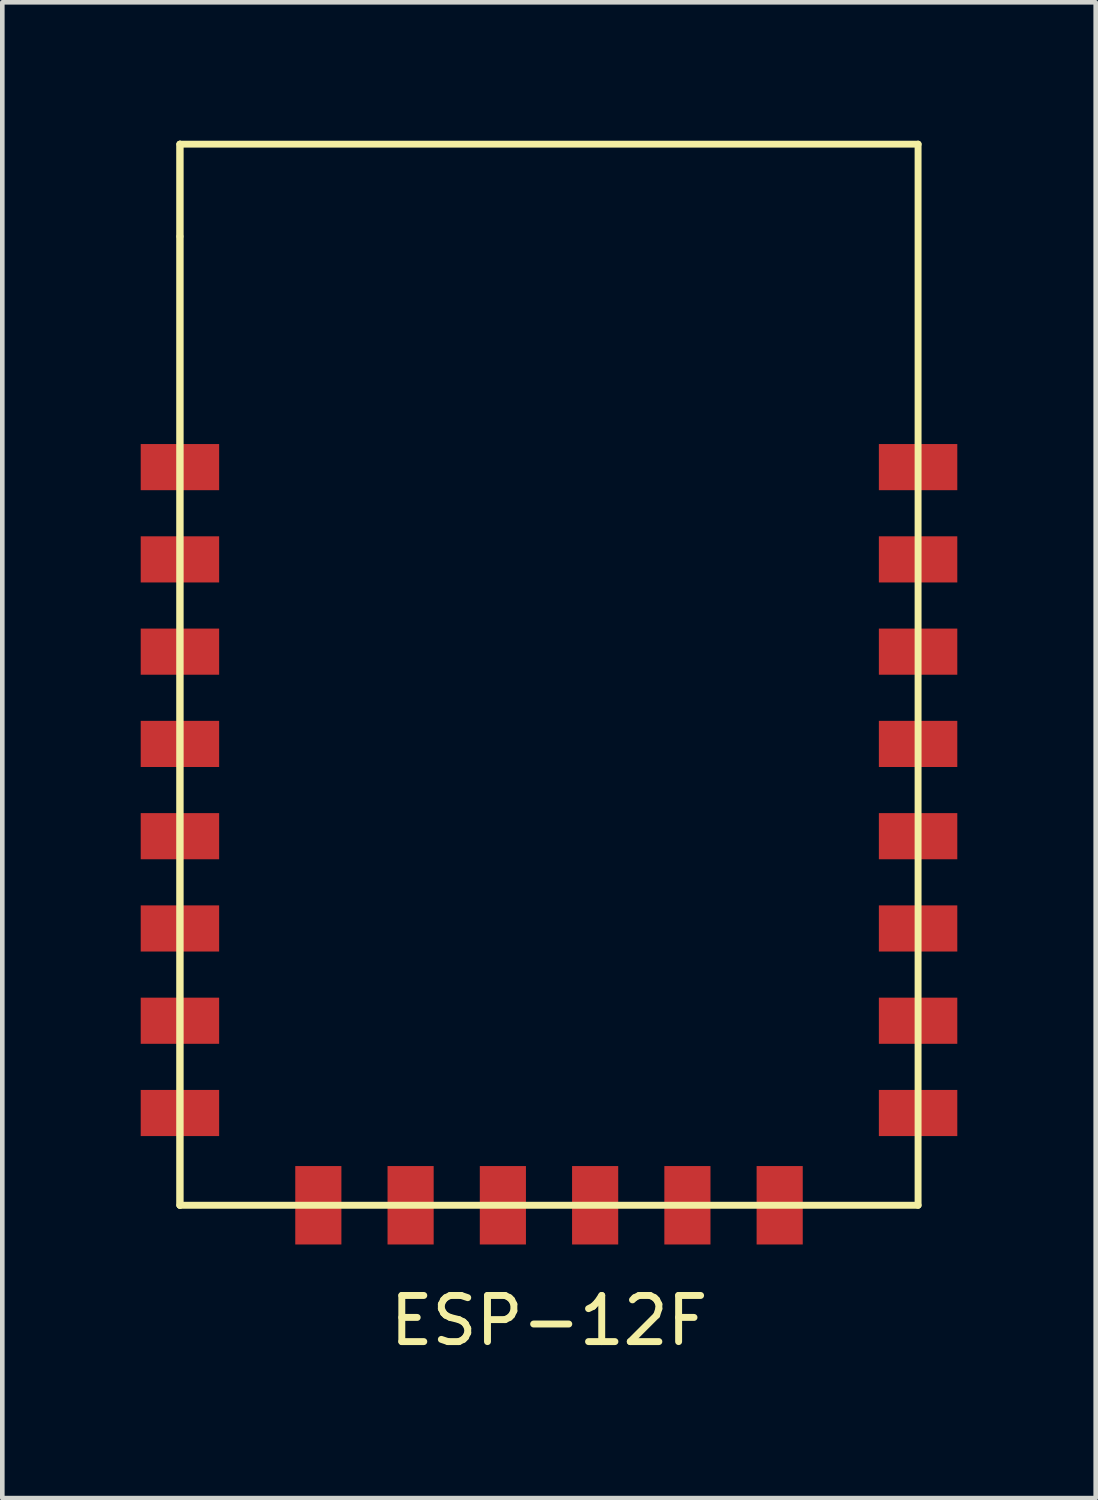
<source format=kicad_pcb>
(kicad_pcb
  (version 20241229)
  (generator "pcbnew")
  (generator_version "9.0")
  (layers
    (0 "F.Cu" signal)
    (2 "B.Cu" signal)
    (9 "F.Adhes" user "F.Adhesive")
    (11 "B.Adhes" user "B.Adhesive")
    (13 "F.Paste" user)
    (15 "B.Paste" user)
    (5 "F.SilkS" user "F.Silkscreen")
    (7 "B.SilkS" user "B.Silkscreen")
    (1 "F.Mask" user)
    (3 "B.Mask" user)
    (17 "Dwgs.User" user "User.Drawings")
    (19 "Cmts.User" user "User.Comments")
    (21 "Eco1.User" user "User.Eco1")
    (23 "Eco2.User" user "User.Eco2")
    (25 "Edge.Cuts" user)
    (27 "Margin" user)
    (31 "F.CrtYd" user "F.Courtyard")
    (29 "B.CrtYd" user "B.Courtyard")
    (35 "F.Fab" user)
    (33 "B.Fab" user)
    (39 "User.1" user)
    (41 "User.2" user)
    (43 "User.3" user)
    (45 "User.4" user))
  (footprint "ESP-12F"
    (layer "F.Cu")
    (at 8.85 25.075)
    (property "Reference" "ESP-12F" (at 0 0.5 0) (layer "F.SilkS") (effects (font (size 1 1) (thickness 0.15))))
    (attr through_hole)
    (fp_line (start -8 -25) (end -8 -2) (stroke (width 0.15) (type solid)) (layer "F.SilkS"))
    (fp_line (start -8 -23) (end -8 -25) (stroke (width 0.15) (type solid)) (layer "F.SilkS"))
    (fp_line (start -8 -2) (end -8 -23) (stroke (width 0.15) (type solid)) (layer "F.SilkS"))
    (fp_line (start -8 -2) (end 8 -2) (stroke (width 0.15) (type solid)) (layer "F.SilkS"))
    (fp_line (start 8 -25) (end -8 -25) (stroke (width 0.15) (type solid)) (layer "F.SilkS"))
    (fp_line (start 8 -2) (end 8 -25) (stroke (width 0.15) (type solid)) (layer "F.SilkS"))
    (pad "1" smd rect (at -8 -18 90) (size 1 1.7) (layers "F.Cu" "F.Mask" "F.Paste"))
    (pad "2" smd rect (at -8 -16 90) (size 1 1.7) (layers "F.Cu" "F.Mask" "F.Paste"))
    (pad "3" smd rect (at -8 -14 90) (size 1 1.7) (layers "F.Cu" "F.Mask" "F.Paste"))
    (pad "3" smd rect (at -5 -2) (size 1 1.7) (layers "F.Cu" "F.Mask" "F.Paste"))
    (pad "4" smd rect (at -8 -12 90) (size 1 1.7) (layers "F.Cu" "F.Mask" "F.Paste"))
    (pad "4" smd rect (at -3 -2) (size 1 1.7) (layers "F.Cu" "F.Mask" "F.Paste"))
    (pad "5" smd rect (at -8 -10 90) (size 1 1.7) (layers "F.Cu" "F.Mask" "F.Paste"))
    (pad "5" smd rect (at -1 -2) (size 1 1.7) (layers "F.Cu" "F.Mask" "F.Paste"))
    (pad "6" smd rect (at -8 -8 90) (size 1 1.7) (layers "F.Cu" "F.Mask" "F.Paste"))
    (pad "6" smd rect (at 1 -2) (size 1 1.7) (layers "F.Cu" "F.Mask" "F.Paste"))
    (pad "7" smd rect (at -8 -6 90) (size 1 1.7) (layers "F.Cu" "F.Mask" "F.Paste"))
    (pad "7" smd rect (at 3 -2) (size 1 1.7) (layers "F.Cu" "F.Mask" "F.Paste"))
    (pad "8" smd rect (at -8 -4 90) (size 1 1.7) (layers "F.Cu" "F.Mask" "F.Paste"))
    (pad "8" smd rect (at 5 -2) (size 1 1.7) (layers "F.Cu" "F.Mask" "F.Paste"))
    (pad "9" smd rect (at 8 -4 90) (size 1 1.7) (layers "F.Cu" "F.Mask" "F.Paste"))
    (pad "10" smd rect (at 8 -6 90) (size 1 1.7) (layers "F.Cu" "F.Mask" "F.Paste"))
    (pad "11" smd rect (at 8 -8 90) (size 1 1.7) (layers "F.Cu" "F.Mask" "F.Paste"))
    (pad "12" smd rect (at 8 -10 90) (size 1 1.7) (layers "F.Cu" "F.Mask" "F.Paste"))
    (pad "13" smd rect (at 8 -12 90) (size 1 1.7) (layers "F.Cu" "F.Mask" "F.Paste"))
    (pad "14" smd rect (at 8 -14 90) (size 1 1.7) (layers "F.Cu" "F.Mask" "F.Paste"))
    (pad "15" smd rect (at 8 -16 90) (size 1 1.7) (layers "F.Cu" "F.Mask" "F.Paste"))
    (pad "16" smd rect (at 8 -18 90) (size 1 1.7) (layers "F.Cu" "F.Mask" "F.Paste")))
  (gr_rect
    (start -3 -3)
    (end 20.7 29.423)
    (stroke (width 0.1) (type default))
    (fill no)
    (layer "Edge.Cuts")))
</source>
